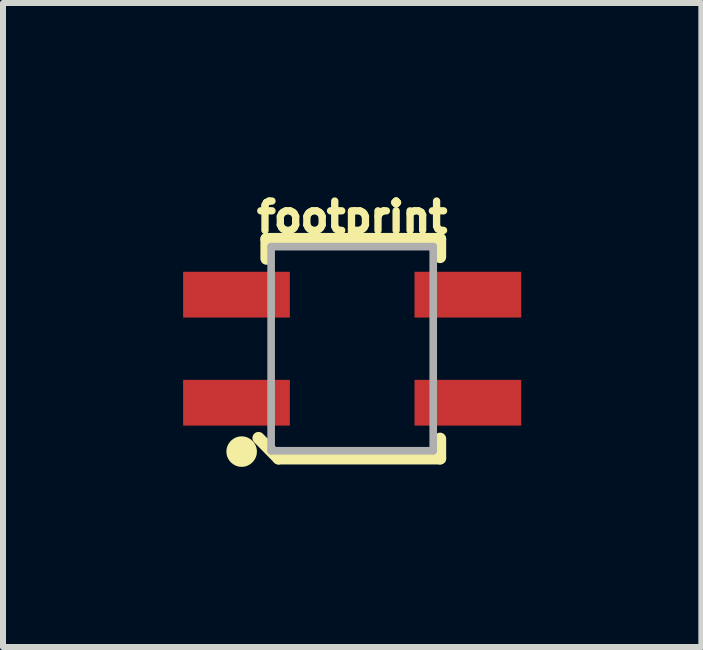
<source format=kicad_pcb>
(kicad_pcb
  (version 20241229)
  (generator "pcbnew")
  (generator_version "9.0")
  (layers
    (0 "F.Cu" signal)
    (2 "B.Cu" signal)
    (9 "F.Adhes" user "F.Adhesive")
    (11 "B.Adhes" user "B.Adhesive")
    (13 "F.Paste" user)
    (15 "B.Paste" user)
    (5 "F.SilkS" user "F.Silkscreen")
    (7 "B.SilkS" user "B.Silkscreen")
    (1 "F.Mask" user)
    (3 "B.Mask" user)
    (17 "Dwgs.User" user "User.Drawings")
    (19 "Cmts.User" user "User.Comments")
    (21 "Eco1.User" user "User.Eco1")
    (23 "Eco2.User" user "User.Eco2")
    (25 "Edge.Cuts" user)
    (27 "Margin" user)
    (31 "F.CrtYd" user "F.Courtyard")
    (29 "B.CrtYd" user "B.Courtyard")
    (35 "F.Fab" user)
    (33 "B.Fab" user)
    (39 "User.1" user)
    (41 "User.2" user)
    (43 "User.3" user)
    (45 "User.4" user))
  (footprint "footprint"
    (layer "F.Cu")
    (at 2.816 2.758)
    (property "Reference" "footprint" (at 0 -1.905 0) (layer "F.SilkS") (effects (font (size 0.488 0.488) (thickness 0.122)) (justify bottom)))
    (fp_line (start -1.56 1.488) (end -1.227 1.827) (stroke (width 0.203) (type solid)) (layer "F.SilkS"))
    (fp_line (start -1.427 -1.827) (end 1.464 -1.827) (stroke (width 0.203) (type solid)) (layer "F.SilkS"))
    (fp_line (start -1.427 -1.5) (end -1.427 -1.827) (stroke (width 0.203) (type solid)) (layer "F.SilkS"))
    (fp_line (start -1.227 1.827) (end 1.464 1.827) (stroke (width 0.203) (type solid)) (layer "F.SilkS"))
    (fp_line (start 1.464 -1.827) (end 1.464 -1.527) (stroke (width 0.203) (type solid)) (layer "F.SilkS"))
    (fp_line (start 1.464 1.827) (end 1.464 1.5) (stroke (width 0.203) (type solid)) (layer "F.SilkS"))
    (fp_circle (center -1.841 1.714) (end -1.714 1.714) (stroke (width 0.254) (type solid)) (fill yes) (layer "F.SilkS"))
    (fp_line (start -1.35 -1.7) (end -1.35 1.7) (stroke (width 0.127) (type solid)) (layer "F.Fab"))
    (fp_line (start -1.35 1.7) (end 1.35 1.7) (stroke (width 0.127) (type solid)) (layer "F.Fab"))
    (fp_line (start 1.35 -1.7) (end -1.35 -1.7) (stroke (width 0.127) (type solid)) (layer "F.Fab"))
    (fp_line (start 1.35 1.7) (end 1.35 -1.7) (stroke (width 0.127) (type solid)) (layer "F.Fab"))
    (pad "1" smd rect (at -1.927 0.9) (size 1.778 0.762) (layers "F.Cu" "F.Mask" "F.Paste"))
    (pad "2" smd rect (at 1.927 0.9) (size 1.778 0.762) (layers "F.Cu" "F.Mask" "F.Paste"))
    (pad "3" smd rect (at 1.927 -0.9) (size 1.778 0.762) (layers "F.Cu" "F.Mask" "F.Paste"))
    (pad "4" smd rect (at -1.927 -0.9) (size 1.778 0.762) (layers "F.Cu" "F.Mask" "F.Paste")))
  (gr_rect
    (start -3 -3)
    (end 8.632 7.727)
    (stroke (width 0.1) (type default))
    (fill no)
    (layer "Edge.Cuts")))
</source>
